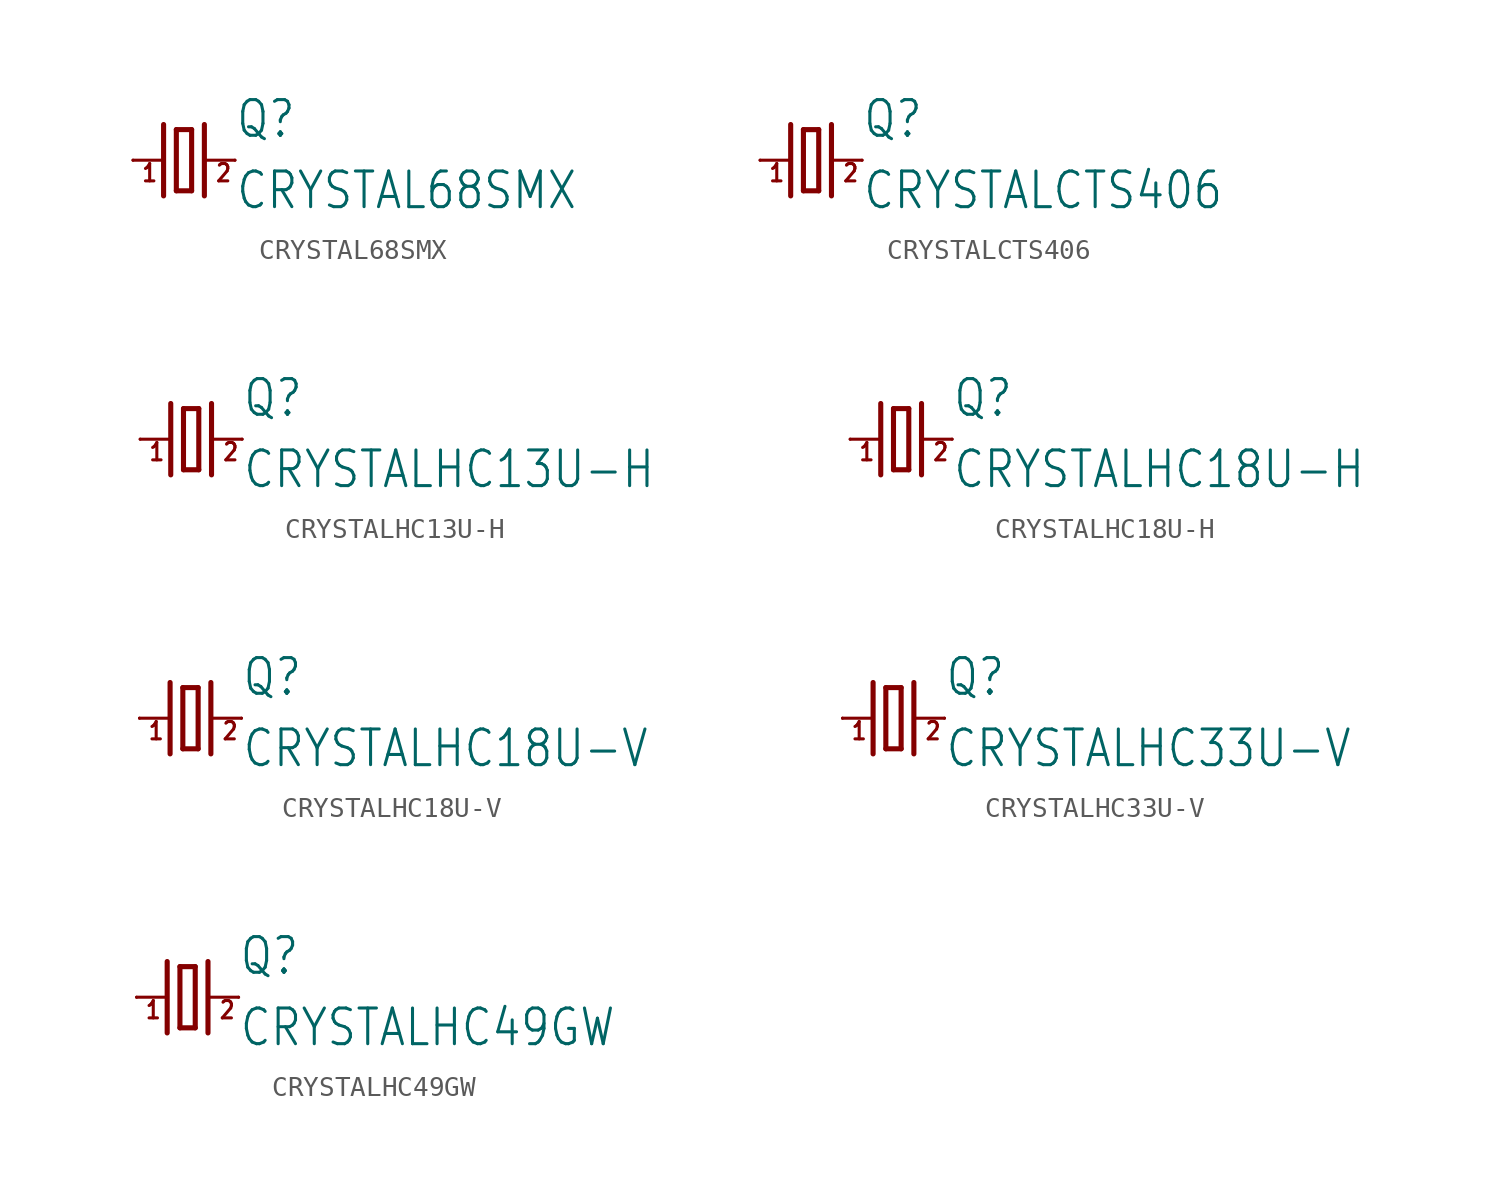
<source format=kicad_sym>
(kicad_symbol_lib
  (version 20220914)
  (generator kicad_symbol_editor)
  (symbol "CRYSTAL68SMX"
    (property "Reference" "Q"
      (at 2.54 1.016 0)
      (effects (font (size 1.778 1.511)) (justify left bottom)))
    (property "Value" "CRYSTAL68SMX"
      (at 2.54 -2.54 0)
      (effects (font (size 1.778 1.511)) (justify left bottom)))
    (property "ki_locked" ""
      (at 0 0 0)
      (effects (font (size 1.27 1.27))))
    (symbol "CRYSTAL68SMX_1_0"
      (polyline (pts (xy -2.54 0) (xy -1.016 0)) (stroke (width 0.152) (type default)) (fill (type none)))
      (polyline (pts (xy -1.016 1.778) (xy -1.016 -1.778)) (stroke (width 0.254) (type default)) (fill (type none)))
      (polyline (pts (xy -0.381 -1.524) (xy 0.381 -1.524)) (stroke (width 0.254) (type default)) (fill (type none)))
      (polyline (pts (xy -0.381 1.524) (xy -0.381 -1.524)) (stroke (width 0.254) (type default)) (fill (type none)))
      (polyline (pts (xy 0.381 -1.524) (xy 0.381 1.524)) (stroke (width 0.254) (type default)) (fill (type none)))
      (polyline (pts (xy 0.381 1.524) (xy -0.381 1.524)) (stroke (width 0.254) (type default)) (fill (type none)))
      (polyline (pts (xy 1.016 0) (xy 2.54 0)) (stroke (width 0.152) (type default)) (fill (type none)))
      (polyline (pts (xy 1.016 1.778) (xy 1.016 -1.778)) (stroke (width 0.254) (type default)) (fill (type none)))
      (text "1" (at -2.159 -1.143 0) (effects (font (size 0.864 0.734)) (justify left bottom)))
      (text "2" (at 1.524 -1.143 0) (effects (font (size 0.864 0.734)) (justify left bottom)))
      (pin passive line (at -2.54 0 0) (length 0) (name "1" (effects (font (size 0 0)))) (number "1" (effects (font (size 0 0)))))
      (pin passive line (at 2.54 0 180) (length 0) (name "2" (effects (font (size 0 0)))) (number "4" (effects (font (size 0 0)))))))
  (symbol "CRYSTALCTS406"
    (property "Reference" "Q"
      (at 2.54 1.016 0)
      (effects (font (size 1.778 1.511)) (justify left bottom)))
    (property "Value" "CRYSTALCTS406"
      (at 2.54 -2.54 0)
      (effects (font (size 1.778 1.511)) (justify left bottom)))
    (property "ki_locked" ""
      (at 0 0 0)
      (effects (font (size 1.27 1.27))))
    (symbol "CRYSTALCTS406_1_0"
      (polyline (pts (xy -2.54 0) (xy -1.016 0)) (stroke (width 0.152) (type default)) (fill (type none)))
      (polyline (pts (xy -1.016 1.778) (xy -1.016 -1.778)) (stroke (width 0.254) (type default)) (fill (type none)))
      (polyline (pts (xy -0.381 -1.524) (xy 0.381 -1.524)) (stroke (width 0.254) (type default)) (fill (type none)))
      (polyline (pts (xy -0.381 1.524) (xy -0.381 -1.524)) (stroke (width 0.254) (type default)) (fill (type none)))
      (polyline (pts (xy 0.381 -1.524) (xy 0.381 1.524)) (stroke (width 0.254) (type default)) (fill (type none)))
      (polyline (pts (xy 0.381 1.524) (xy -0.381 1.524)) (stroke (width 0.254) (type default)) (fill (type none)))
      (polyline (pts (xy 1.016 0) (xy 2.54 0)) (stroke (width 0.152) (type default)) (fill (type none)))
      (polyline (pts (xy 1.016 1.778) (xy 1.016 -1.778)) (stroke (width 0.254) (type default)) (fill (type none)))
      (text "1" (at -2.159 -1.143 0) (effects (font (size 0.864 0.734)) (justify left bottom)))
      (text "2" (at 1.524 -1.143 0) (effects (font (size 0.864 0.734)) (justify left bottom)))
      (pin passive line (at -2.54 0 0) (length 0) (name "1" (effects (font (size 0 0)))) (number "1" (effects (font (size 0 0)))))
      (pin passive line (at 2.54 0 180) (length 0) (name "2" (effects (font (size 0 0)))) (number "3" (effects (font (size 0 0)))))))
  (symbol "CRYSTALHC13U-H"
    (property "Reference" "Q"
      (at 2.54 1.016 0)
      (effects (font (size 1.778 1.511)) (justify left bottom)))
    (property "Value" "CRYSTALHC13U-H"
      (at 2.54 -2.54 0)
      (effects (font (size 1.778 1.511)) (justify left bottom)))
    (property "ki_locked" ""
      (at 0 0 0)
      (effects (font (size 1.27 1.27))))
    (symbol "CRYSTALHC13U-H_1_0"
      (polyline (pts (xy -2.54 0) (xy -1.016 0)) (stroke (width 0.152) (type default)) (fill (type none)))
      (polyline (pts (xy -1.016 1.778) (xy -1.016 -1.778)) (stroke (width 0.254) (type default)) (fill (type none)))
      (polyline (pts (xy -0.381 -1.524) (xy 0.381 -1.524)) (stroke (width 0.254) (type default)) (fill (type none)))
      (polyline (pts (xy -0.381 1.524) (xy -0.381 -1.524)) (stroke (width 0.254) (type default)) (fill (type none)))
      (polyline (pts (xy 0.381 -1.524) (xy 0.381 1.524)) (stroke (width 0.254) (type default)) (fill (type none)))
      (polyline (pts (xy 0.381 1.524) (xy -0.381 1.524)) (stroke (width 0.254) (type default)) (fill (type none)))
      (polyline (pts (xy 1.016 0) (xy 2.54 0)) (stroke (width 0.152) (type default)) (fill (type none)))
      (polyline (pts (xy 1.016 1.778) (xy 1.016 -1.778)) (stroke (width 0.254) (type default)) (fill (type none)))
      (text "1" (at -2.159 -1.143 0) (effects (font (size 0.864 0.734)) (justify left bottom)))
      (text "2" (at 1.524 -1.143 0) (effects (font (size 0.864 0.734)) (justify left bottom)))
      (pin passive line (at -2.54 0 0) (length 0) (name "1" (effects (font (size 0 0)))) (number "1" (effects (font (size 0 0)))))
      (pin passive line (at 2.54 0 180) (length 0) (name "2" (effects (font (size 0 0)))) (number "2" (effects (font (size 0 0)))))))
  (symbol "CRYSTALHC18U-H"
    (property "Reference" "Q"
      (at 2.54 1.016 0)
      (effects (font (size 1.778 1.511)) (justify left bottom)))
    (property "Value" "CRYSTALHC18U-H"
      (at 2.54 -2.54 0)
      (effects (font (size 1.778 1.511)) (justify left bottom)))
    (property "ki_locked" ""
      (at 0 0 0)
      (effects (font (size 1.27 1.27))))
    (symbol "CRYSTALHC18U-H_1_0"
      (polyline (pts (xy -2.54 0) (xy -1.016 0)) (stroke (width 0.152) (type default)) (fill (type none)))
      (polyline (pts (xy -1.016 1.778) (xy -1.016 -1.778)) (stroke (width 0.254) (type default)) (fill (type none)))
      (polyline (pts (xy -0.381 -1.524) (xy 0.381 -1.524)) (stroke (width 0.254) (type default)) (fill (type none)))
      (polyline (pts (xy -0.381 1.524) (xy -0.381 -1.524)) (stroke (width 0.254) (type default)) (fill (type none)))
      (polyline (pts (xy 0.381 -1.524) (xy 0.381 1.524)) (stroke (width 0.254) (type default)) (fill (type none)))
      (polyline (pts (xy 0.381 1.524) (xy -0.381 1.524)) (stroke (width 0.254) (type default)) (fill (type none)))
      (polyline (pts (xy 1.016 0) (xy 2.54 0)) (stroke (width 0.152) (type default)) (fill (type none)))
      (polyline (pts (xy 1.016 1.778) (xy 1.016 -1.778)) (stroke (width 0.254) (type default)) (fill (type none)))
      (text "1" (at -2.159 -1.143 0) (effects (font (size 0.864 0.734)) (justify left bottom)))
      (text "2" (at 1.524 -1.143 0) (effects (font (size 0.864 0.734)) (justify left bottom)))
      (pin passive line (at -2.54 0 0) (length 0) (name "1" (effects (font (size 0 0)))) (number "1" (effects (font (size 0 0)))))
      (pin passive line (at 2.54 0 180) (length 0) (name "2" (effects (font (size 0 0)))) (number "2" (effects (font (size 0 0)))))))
  (symbol "CRYSTALHC18U-V"
    (property "Reference" "Q"
      (at 2.54 1.016 0)
      (effects (font (size 1.778 1.511)) (justify left bottom)))
    (property "Value" "CRYSTALHC18U-V"
      (at 2.54 -2.54 0)
      (effects (font (size 1.778 1.511)) (justify left bottom)))
    (property "ki_locked" ""
      (at 0 0 0)
      (effects (font (size 1.27 1.27))))
    (symbol "CRYSTALHC18U-V_1_0"
      (polyline (pts (xy -2.54 0) (xy -1.016 0)) (stroke (width 0.152) (type default)) (fill (type none)))
      (polyline (pts (xy -1.016 1.778) (xy -1.016 -1.778)) (stroke (width 0.254) (type default)) (fill (type none)))
      (polyline (pts (xy -0.381 -1.524) (xy 0.381 -1.524)) (stroke (width 0.254) (type default)) (fill (type none)))
      (polyline (pts (xy -0.381 1.524) (xy -0.381 -1.524)) (stroke (width 0.254) (type default)) (fill (type none)))
      (polyline (pts (xy 0.381 -1.524) (xy 0.381 1.524)) (stroke (width 0.254) (type default)) (fill (type none)))
      (polyline (pts (xy 0.381 1.524) (xy -0.381 1.524)) (stroke (width 0.254) (type default)) (fill (type none)))
      (polyline (pts (xy 1.016 0) (xy 2.54 0)) (stroke (width 0.152) (type default)) (fill (type none)))
      (polyline (pts (xy 1.016 1.778) (xy 1.016 -1.778)) (stroke (width 0.254) (type default)) (fill (type none)))
      (text "1" (at -2.159 -1.143 0) (effects (font (size 0.864 0.734)) (justify left bottom)))
      (text "2" (at 1.524 -1.143 0) (effects (font (size 0.864 0.734)) (justify left bottom)))
      (pin passive line (at -2.54 0 0) (length 0) (name "1" (effects (font (size 0 0)))) (number "1" (effects (font (size 0 0)))))
      (pin passive line (at 2.54 0 180) (length 0) (name "2" (effects (font (size 0 0)))) (number "2" (effects (font (size 0 0)))))))
  (symbol "CRYSTALHC33U-V"
    (property "Reference" "Q"
      (at 2.54 1.016 0)
      (effects (font (size 1.778 1.511)) (justify left bottom)))
    (property "Value" "CRYSTALHC33U-V"
      (at 2.54 -2.54 0)
      (effects (font (size 1.778 1.511)) (justify left bottom)))
    (property "ki_locked" ""
      (at 0 0 0)
      (effects (font (size 1.27 1.27))))
    (symbol "CRYSTALHC33U-V_1_0"
      (polyline (pts (xy -2.54 0) (xy -1.016 0)) (stroke (width 0.152) (type default)) (fill (type none)))
      (polyline (pts (xy -1.016 1.778) (xy -1.016 -1.778)) (stroke (width 0.254) (type default)) (fill (type none)))
      (polyline (pts (xy -0.381 -1.524) (xy 0.381 -1.524)) (stroke (width 0.254) (type default)) (fill (type none)))
      (polyline (pts (xy -0.381 1.524) (xy -0.381 -1.524)) (stroke (width 0.254) (type default)) (fill (type none)))
      (polyline (pts (xy 0.381 -1.524) (xy 0.381 1.524)) (stroke (width 0.254) (type default)) (fill (type none)))
      (polyline (pts (xy 0.381 1.524) (xy -0.381 1.524)) (stroke (width 0.254) (type default)) (fill (type none)))
      (polyline (pts (xy 1.016 0) (xy 2.54 0)) (stroke (width 0.152) (type default)) (fill (type none)))
      (polyline (pts (xy 1.016 1.778) (xy 1.016 -1.778)) (stroke (width 0.254) (type default)) (fill (type none)))
      (text "1" (at -2.159 -1.143 0) (effects (font (size 0.864 0.734)) (justify left bottom)))
      (text "2" (at 1.524 -1.143 0) (effects (font (size 0.864 0.734)) (justify left bottom)))
      (pin passive line (at -2.54 0 0) (length 0) (name "1" (effects (font (size 0 0)))) (number "1" (effects (font (size 0 0)))))
      (pin passive line (at 2.54 0 180) (length 0) (name "2" (effects (font (size 0 0)))) (number "2" (effects (font (size 0 0)))))))
  (symbol "CRYSTALHC49GW"
    (property "Reference" "Q"
      (at 2.54 1.016 0)
      (effects (font (size 1.778 1.511)) (justify left bottom)))
    (property "Value" "CRYSTALHC49GW"
      (at 2.54 -2.54 0)
      (effects (font (size 1.778 1.511)) (justify left bottom)))
    (property "ki_locked" ""
      (at 0 0 0)
      (effects (font (size 1.27 1.27))))
    (symbol "CRYSTALHC49GW_1_0"
      (polyline (pts (xy -2.54 0) (xy -1.016 0)) (stroke (width 0.152) (type default)) (fill (type none)))
      (polyline (pts (xy -1.016 1.778) (xy -1.016 -1.778)) (stroke (width 0.254) (type default)) (fill (type none)))
      (polyline (pts (xy -0.381 -1.524) (xy 0.381 -1.524)) (stroke (width 0.254) (type default)) (fill (type none)))
      (polyline (pts (xy -0.381 1.524) (xy -0.381 -1.524)) (stroke (width 0.254) (type default)) (fill (type none)))
      (polyline (pts (xy 0.381 -1.524) (xy 0.381 1.524)) (stroke (width 0.254) (type default)) (fill (type none)))
      (polyline (pts (xy 0.381 1.524) (xy -0.381 1.524)) (stroke (width 0.254) (type default)) (fill (type none)))
      (polyline (pts (xy 1.016 0) (xy 2.54 0)) (stroke (width 0.152) (type default)) (fill (type none)))
      (polyline (pts (xy 1.016 1.778) (xy 1.016 -1.778)) (stroke (width 0.254) (type default)) (fill (type none)))
      (text "1" (at -2.159 -1.143 0) (effects (font (size 0.864 0.734)) (justify left bottom)))
      (text "2" (at 1.524 -1.143 0) (effects (font (size 0.864 0.734)) (justify left bottom)))
      (pin passive line (at -2.54 0 0) (length 0) (name "1" (effects (font (size 0 0)))) (number "1" (effects (font (size 0 0)))))
      (pin passive line (at 2.54 0 180) (length 0) (name "2" (effects (font (size 0 0)))) (number "2" (effects (font (size 0 0))))))))
</source>
